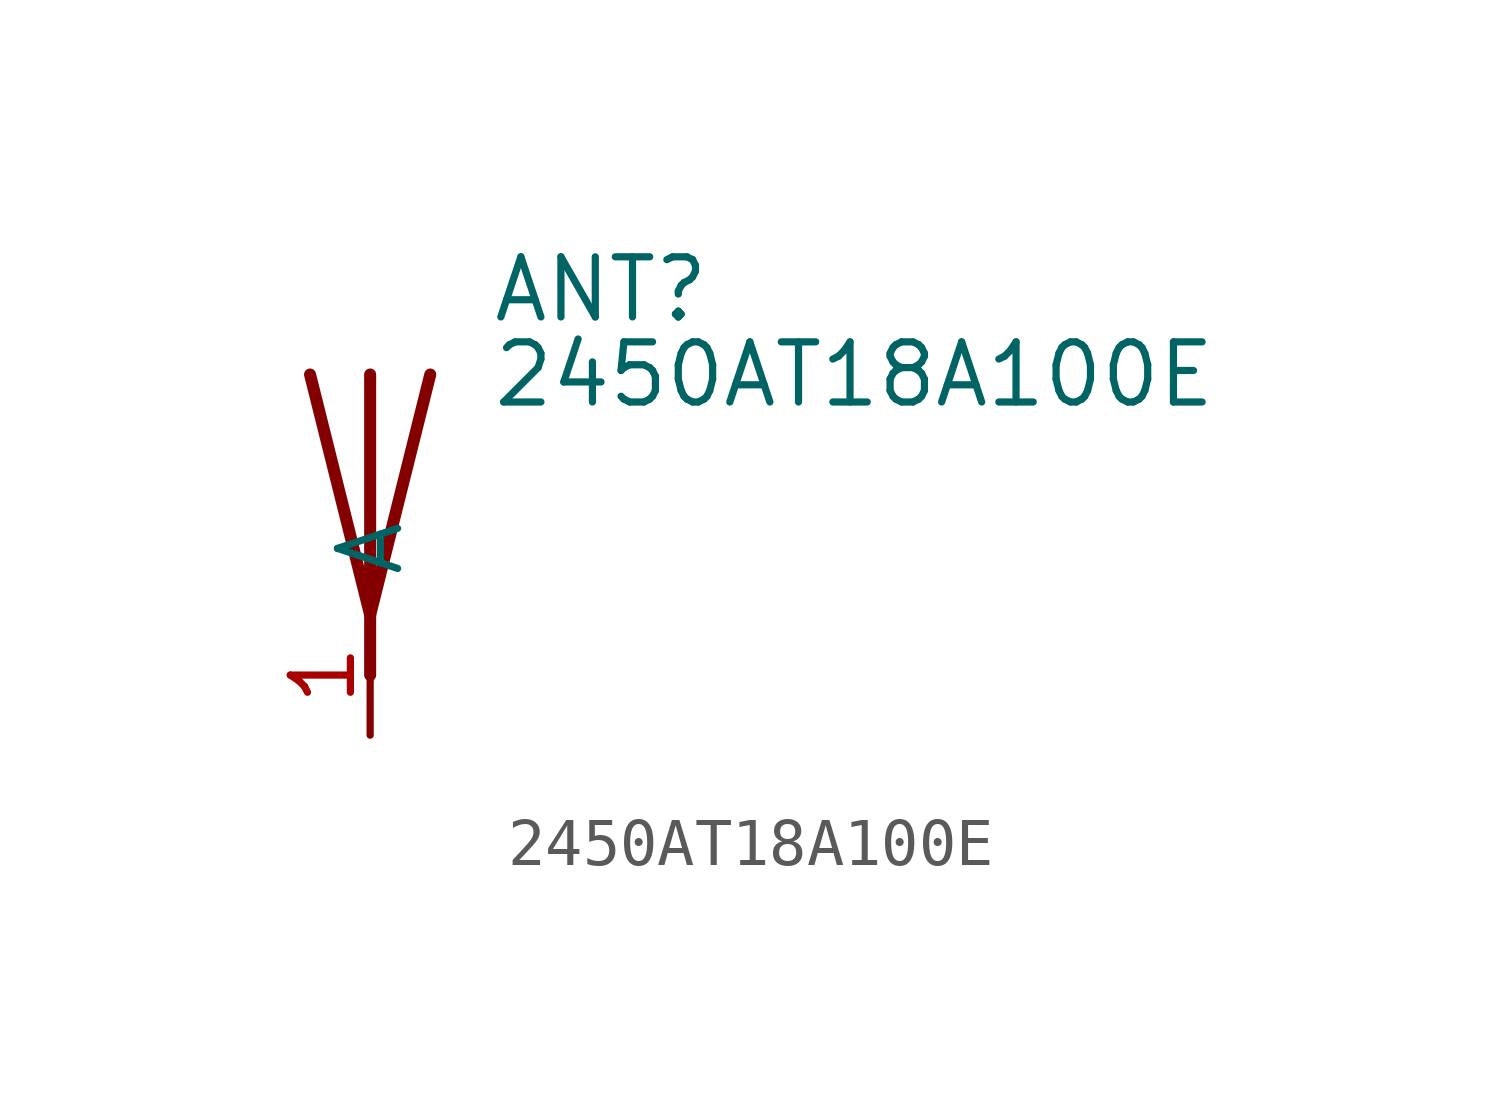
<source format=kicad_sym>
(kicad_symbol_lib
  (version 20241209)
  (generator "kicad_symbol_editor")
  (generator_version "9.0")
  (symbol "2450AT18A100E"
    (pin_names
      (offset 0.762))
    (property "Reference" "ANT"
      (at 2.54 10.16 0)
      (effects (font (size 1.27 1.27)) (justify left top)))
    (property "Value" "2450AT18A100E"
      (at 2.54 7.62 0)
      (effects (font (size 1.27 1.27)) (justify left)))
    (symbol "2450AT18A100E_0_1"
      (polyline (pts (xy 0 7.62) (xy 0 1.27)) (stroke (width 0.254) (type default)) (fill (type none)))
      (polyline (pts (xy 1.27 7.62) (xy 0 2.54) (xy -1.27 7.62)) (stroke (width 0.254) (type default)) (fill (type none))))
    (symbol "2450AT18A100E_1_1"
      (pin input line (at 0 0 90) (length 2.54) (name "A" (effects (font (size 1.27 1.27)))) (number "1" (effects (font (size 1.27 1.27))))))))
</source>
